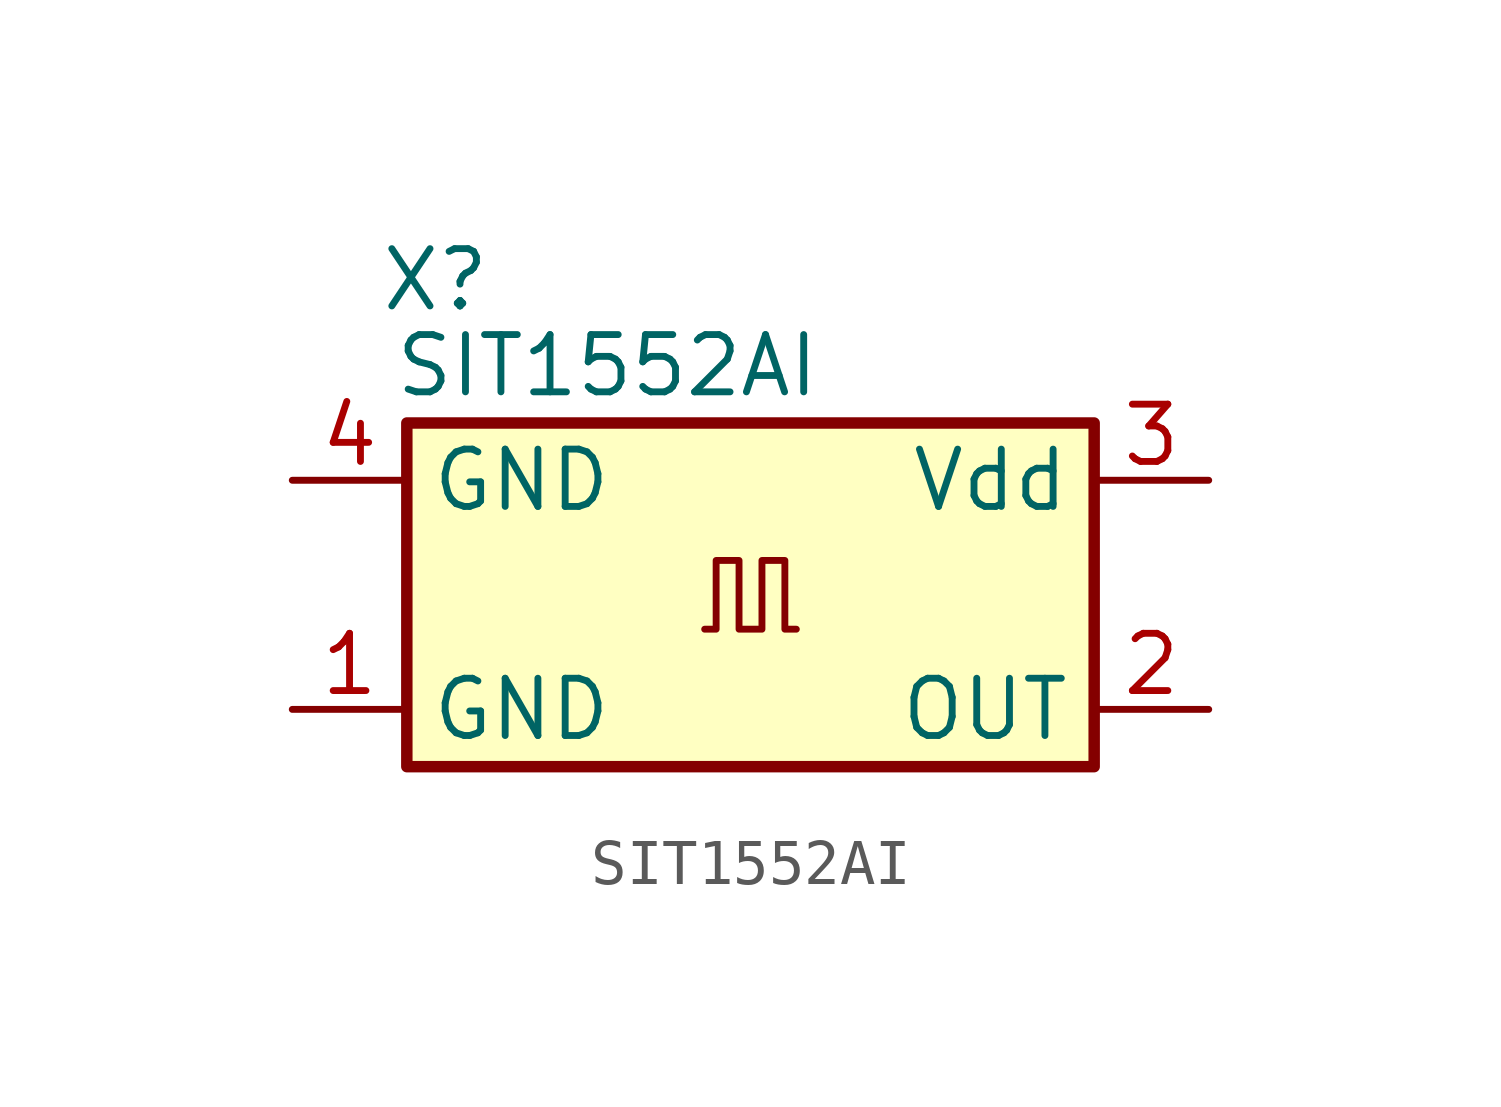
<source format=kicad_sym>
(kicad_symbol_lib
  (version 20220914)
  (generator kicad_symbol_editor)
  (symbol "SIT1552AI"
    (property "Reference" "X"
      (at -6.985 6.985 0)
      (effects (font (size 1.27 1.27))))
    (property "Value" "SIT1552AI"
      (at -3.175 5.08 0)
      (effects (font (size 1.27 1.27))))
    (symbol "SIT1552AI_0_1"
      (polyline (pts (xy -1.016 -0.762) (xy -0.762 -0.762) (xy -0.762 0.762) (xy -0.254 0.762) (xy -0.254 -0.762) (xy 0.254 -0.762) (xy 0.254 0.762) (xy 0.762 0.762) (xy 0.762 -0.762) (xy 1.016 -0.762)) (stroke (width 0) (type default)) (fill (type none))))
    (symbol "SIT1552AI_1_1"
      (rectangle (start -7.62 3.81) (end 7.62 -3.81) (stroke (width 0.254) (type default)) (fill (type background)))
      (pin power_in line (at -10.16 -2.54 0) (length 2.54) (name "GND" (effects (font (size 1.27 1.27)))) (number "1" (effects (font (size 1.27 1.27)))))
      (pin output line (at 10.16 -2.54 180) (length 2.54) (name "OUT" (effects (font (size 1.27 1.27)))) (number "2" (effects (font (size 1.27 1.27)))))
      (pin power_in line (at 10.16 2.54 180) (length 2.54) (name "Vdd" (effects (font (size 1.27 1.27)))) (number "3" (effects (font (size 1.27 1.27)))))
      (pin power_in line (at -10.16 2.54 0) (length 2.54) (name "GND" (effects (font (size 1.27 1.27)))) (number "4" (effects (font (size 1.27 1.27))))))))
</source>
